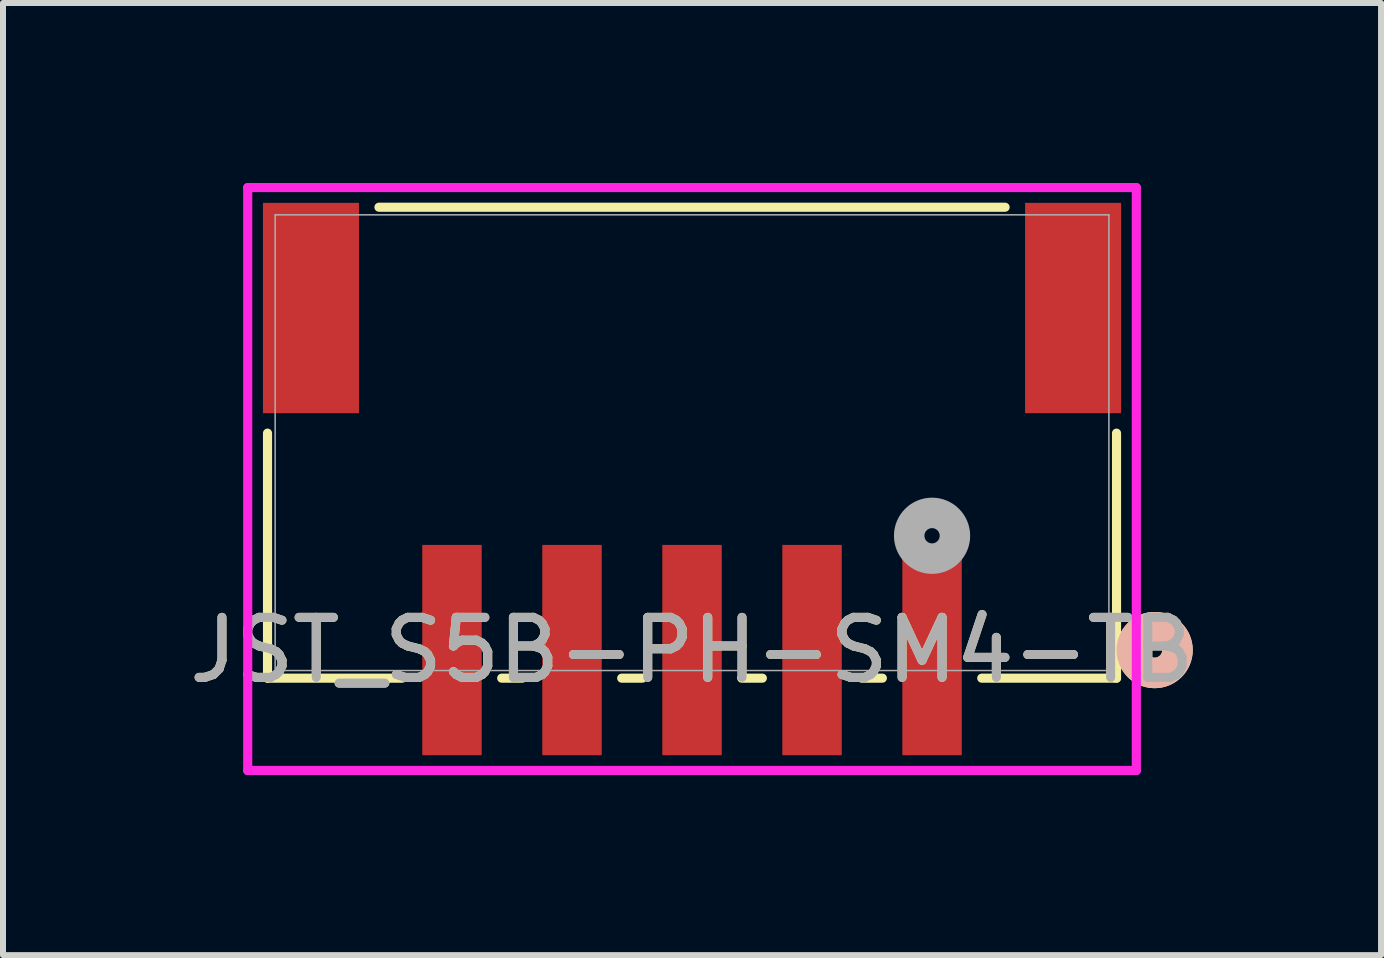
<source format=kicad_pcb>
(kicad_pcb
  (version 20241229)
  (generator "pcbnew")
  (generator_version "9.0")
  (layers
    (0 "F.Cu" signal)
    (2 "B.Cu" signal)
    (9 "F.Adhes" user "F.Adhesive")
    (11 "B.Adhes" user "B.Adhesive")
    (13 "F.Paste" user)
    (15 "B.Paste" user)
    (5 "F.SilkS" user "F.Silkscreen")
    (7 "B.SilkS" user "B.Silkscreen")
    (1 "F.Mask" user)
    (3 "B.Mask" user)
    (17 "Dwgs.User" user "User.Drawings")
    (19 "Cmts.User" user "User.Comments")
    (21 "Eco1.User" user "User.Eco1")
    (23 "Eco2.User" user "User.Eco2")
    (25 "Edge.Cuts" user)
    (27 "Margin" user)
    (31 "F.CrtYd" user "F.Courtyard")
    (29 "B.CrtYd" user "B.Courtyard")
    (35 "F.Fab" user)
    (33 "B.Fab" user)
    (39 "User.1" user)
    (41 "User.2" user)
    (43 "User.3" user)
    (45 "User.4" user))
  (footprint "JST_S5B-PH-SM4-TB"
    (layer "F.Cu")
    (at 8.482 4.327)
    (property "Reference" "JST_S5B-PH-SM4-TB" (at 0 3.456 0) (unlocked yes) (layer "F.SilkS") (effects (font (size 1 1) (thickness 0.15))))
    (attr smd)
    (fp_line (start -7.074 -0.159) (end -7.074 3.924) (stroke (width 0.152) (type solid)) (layer "F.SilkS"))
    (fp_line (start -7.074 3.924) (end -4.828 3.924) (stroke (width 0.152) (type solid)) (layer "F.SilkS"))
    (fp_line (start -3.172 3.924) (end -2.828 3.924) (stroke (width 0.152) (type solid)) (layer "F.SilkS"))
    (fp_line (start -1.172 3.924) (end -0.828 3.924) (stroke (width 0.152) (type solid)) (layer "F.SilkS"))
    (fp_line (start 0.828 3.924) (end 1.172 3.924) (stroke (width 0.152) (type solid)) (layer "F.SilkS"))
    (fp_line (start 2.828 3.924) (end 3.172 3.924) (stroke (width 0.152) (type solid)) (layer "F.SilkS"))
    (fp_line (start 4.828 3.924) (end 7.074 3.924) (stroke (width 0.152) (type solid)) (layer "F.SilkS"))
    (fp_line (start 5.217 -3.924) (end -5.217 -3.924) (stroke (width 0.152) (type solid)) (layer "F.SilkS"))
    (fp_line (start 7.074 3.924) (end 7.074 -0.159) (stroke (width 0.152) (type solid)) (layer "F.SilkS"))
    (fp_circle (center 7.709 3.456) (end 8.09 3.456) (stroke (width 0.508) (type solid)) (fill no) (layer "F.SilkS"))
    (fp_circle (center 7.709 3.456) (end 8.09 3.456) (stroke (width 0.508) (type solid)) (fill no) (layer "B.SilkS"))
    (fp_line (start -7.404 -4.251) (end -7.404 5.462) (stroke (width 0.152) (type solid)) (layer "F.CrtYd"))
    (fp_line (start -7.404 5.462) (end 7.404 5.462) (stroke (width 0.152) (type solid)) (layer "F.CrtYd"))
    (fp_line (start 7.404 -4.251) (end -7.404 -4.251) (stroke (width 0.152) (type solid)) (layer "F.CrtYd"))
    (fp_line (start 7.404 5.462) (end 7.404 -4.251) (stroke (width 0.152) (type solid)) (layer "F.CrtYd"))
    (fp_line (start -6.947 -3.797) (end -6.947 3.797) (stroke (width 0.025) (type solid)) (layer "F.Fab"))
    (fp_line (start -6.947 3.797) (end 6.947 3.797) (stroke (width 0.025) (type solid)) (layer "F.Fab"))
    (fp_line (start 6.947 -3.797) (end -6.947 -3.797) (stroke (width 0.025) (type solid)) (layer "F.Fab"))
    (fp_line (start 6.947 3.797) (end 6.947 -3.797) (stroke (width 0.025) (type solid)) (layer "F.Fab"))
    (fp_circle (center 4 1.551) (end 4.381 1.551) (stroke (width 0.508) (type solid)) (fill no) (layer "F.Fab"))
    (fp_text user "${REFERENCE}" (at 0 3.456 0) (unlocked yes) (layer "F.Fab") (effects (font (size 1 1) (thickness 0.15))))
    (pad "1" smd rect (at 4 3.456) (size 0.991 3.505) (layers "F.Cu" "F.Mask" "F.Paste"))
    (pad "2" smd rect (at 2 3.456) (size 0.991 3.505) (layers "F.Cu" "F.Mask" "F.Paste"))
    (pad "3" smd rect (at 0 3.456) (size 0.991 3.505) (layers "F.Cu" "F.Mask" "F.Paste"))
    (pad "4" smd rect (at -2 3.456) (size 0.991 3.505) (layers "F.Cu" "F.Mask" "F.Paste"))
    (pad "5" smd rect (at -4 3.456) (size 0.991 3.505) (layers "F.Cu" "F.Mask" "F.Paste"))
    (pad "6" smd rect (at -6.35 -2.244) (size 1.6 3.505) (layers "F.Cu" "F.Mask" "F.Paste"))
    (pad "7" smd rect (at 6.35 -2.244) (size 1.6 3.505) (layers "F.Cu" "F.Mask" "F.Paste")))
  (gr_rect
    (start -3 -3)
    (end 19.964 12.866)
    (stroke (width 0.1) (type default))
    (fill no)
    (layer "Edge.Cuts")))
</source>
